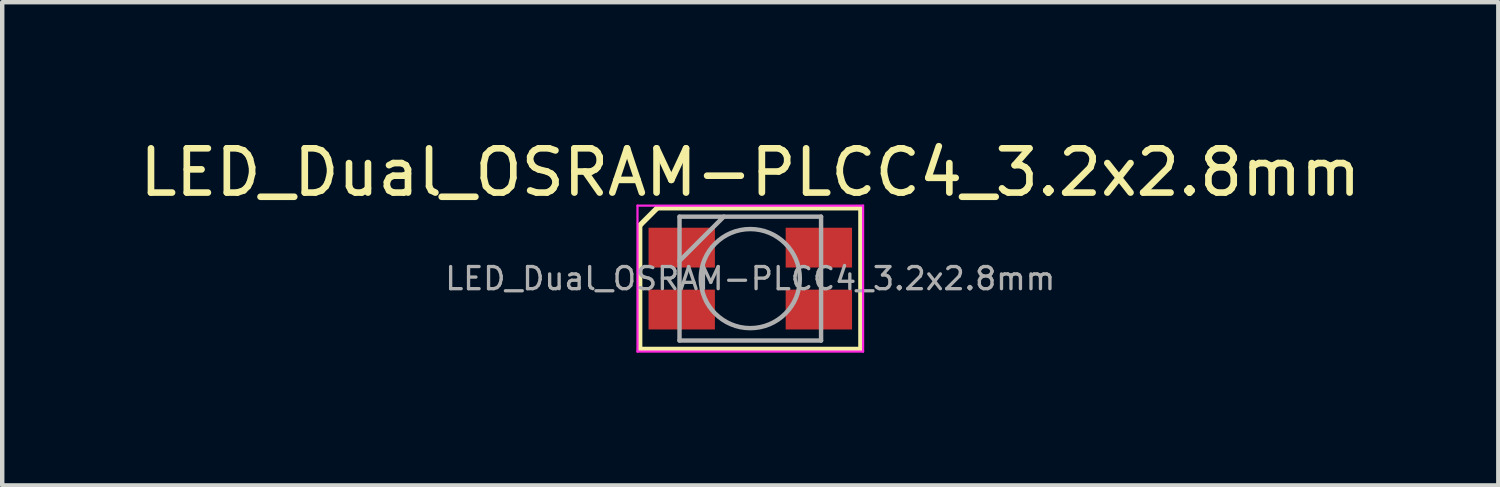
<source format=kicad_pcb>
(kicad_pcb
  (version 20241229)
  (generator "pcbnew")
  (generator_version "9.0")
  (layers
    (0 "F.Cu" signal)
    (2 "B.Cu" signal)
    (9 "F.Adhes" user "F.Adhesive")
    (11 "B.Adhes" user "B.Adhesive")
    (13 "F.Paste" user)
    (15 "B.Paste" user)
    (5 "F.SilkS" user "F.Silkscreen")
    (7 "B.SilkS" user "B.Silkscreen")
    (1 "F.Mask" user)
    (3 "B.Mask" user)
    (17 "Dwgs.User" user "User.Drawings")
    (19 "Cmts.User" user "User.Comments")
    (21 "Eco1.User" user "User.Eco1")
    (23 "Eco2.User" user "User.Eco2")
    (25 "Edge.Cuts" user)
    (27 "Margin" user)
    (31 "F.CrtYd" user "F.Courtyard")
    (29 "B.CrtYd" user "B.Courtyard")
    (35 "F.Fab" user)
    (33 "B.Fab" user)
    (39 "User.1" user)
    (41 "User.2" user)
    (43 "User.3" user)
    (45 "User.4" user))
  (footprint "LED_Dual_OSRAM-PLCC4_3.2x2.8mm"
    (layer "F.Cu")
    (at 13.911 3.248)
    (property "Reference" "LED_Dual_OSRAM-PLCC4_3.2x2.8mm" (at 0 -2.4 0) (layer "F.SilkS") (effects (font (size 1 1) (thickness 0.15))))
    (attr smd)
    (fp_line (start -2.5 -1.2) (end -2.1 -1.6) (stroke (width 0.12) (type default)) (layer "F.SilkS"))
    (fp_line (start -2.5 1.6) (end -2.5 -1.2) (stroke (width 0.12) (type solid)) (layer "F.SilkS"))
    (fp_line (start -2.5 1.6) (end 2.5 1.6) (stroke (width 0.12) (type solid)) (layer "F.SilkS"))
    (fp_line (start -2.1 -1.6) (end 2.5 -1.6) (stroke (width 0.12) (type solid)) (layer "F.SilkS"))
    (fp_line (start 2.5 1.6) (end 2.5 -1.6) (stroke (width 0.12) (type solid)) (layer "F.SilkS"))
    (fp_line (start -2.55 -1.65) (end -2.55 1.65) (stroke (width 0.05) (type solid)) (layer "F.CrtYd"))
    (fp_line (start -2.55 1.65) (end 2.55 1.65) (stroke (width 0.05) (type solid)) (layer "F.CrtYd"))
    (fp_line (start 2.55 -1.65) (end -2.55 -1.65) (stroke (width 0.05) (type solid)) (layer "F.CrtYd"))
    (fp_line (start 2.55 1.65) (end 2.55 -1.65) (stroke (width 0.05) (type solid)) (layer "F.CrtYd"))
    (fp_line (start -1.6 -1.4) (end -1.6 1.4) (stroke (width 0.1) (type solid)) (layer "F.Fab"))
    (fp_line (start -1.6 1.4) (end 1.6 1.4) (stroke (width 0.1) (type solid)) (layer "F.Fab"))
    (fp_line (start -0.6 -1.4) (end -1.6 -0.4) (stroke (width 0.1) (type solid)) (layer "F.Fab"))
    (fp_line (start 1.6 -1.4) (end -1.6 -1.4) (stroke (width 0.1) (type solid)) (layer "F.Fab"))
    (fp_line (start 1.6 1.4) (end 1.6 -1.4) (stroke (width 0.1) (type solid)) (layer "F.Fab"))
    (fp_circle (center 0 0) (end 1.12 0) (stroke (width 0.1) (type solid)) (fill no) (layer "F.Fab"))
    (fp_text user "${REFERENCE}" (at 0 0 0) (layer "F.Fab") (effects (font (size 0.5 0.5) (thickness 0.075))))
    (pad "1" smd rect (at -1.55 -0.7) (size 1.5 0.9) (layers "F.Cu" "F.Mask" "F.Paste"))
    (pad "2" smd rect (at 1.55 -0.7) (size 1.5 0.9) (layers "F.Cu" "F.Mask" "F.Paste"))
    (pad "3" smd rect (at 1.55 0.7) (size 1.5 0.9) (layers "F.Cu" "F.Mask" "F.Paste"))
    (pad "4" smd rect (at -1.55 0.7) (size 1.5 0.9) (layers "F.Cu" "F.Mask" "F.Paste")))
  (gr_rect
    (start -3 -3)
    (end 30.821 7.923)
    (stroke (width 0.1) (type default))
    (fill no)
    (layer "Edge.Cuts")))
</source>
